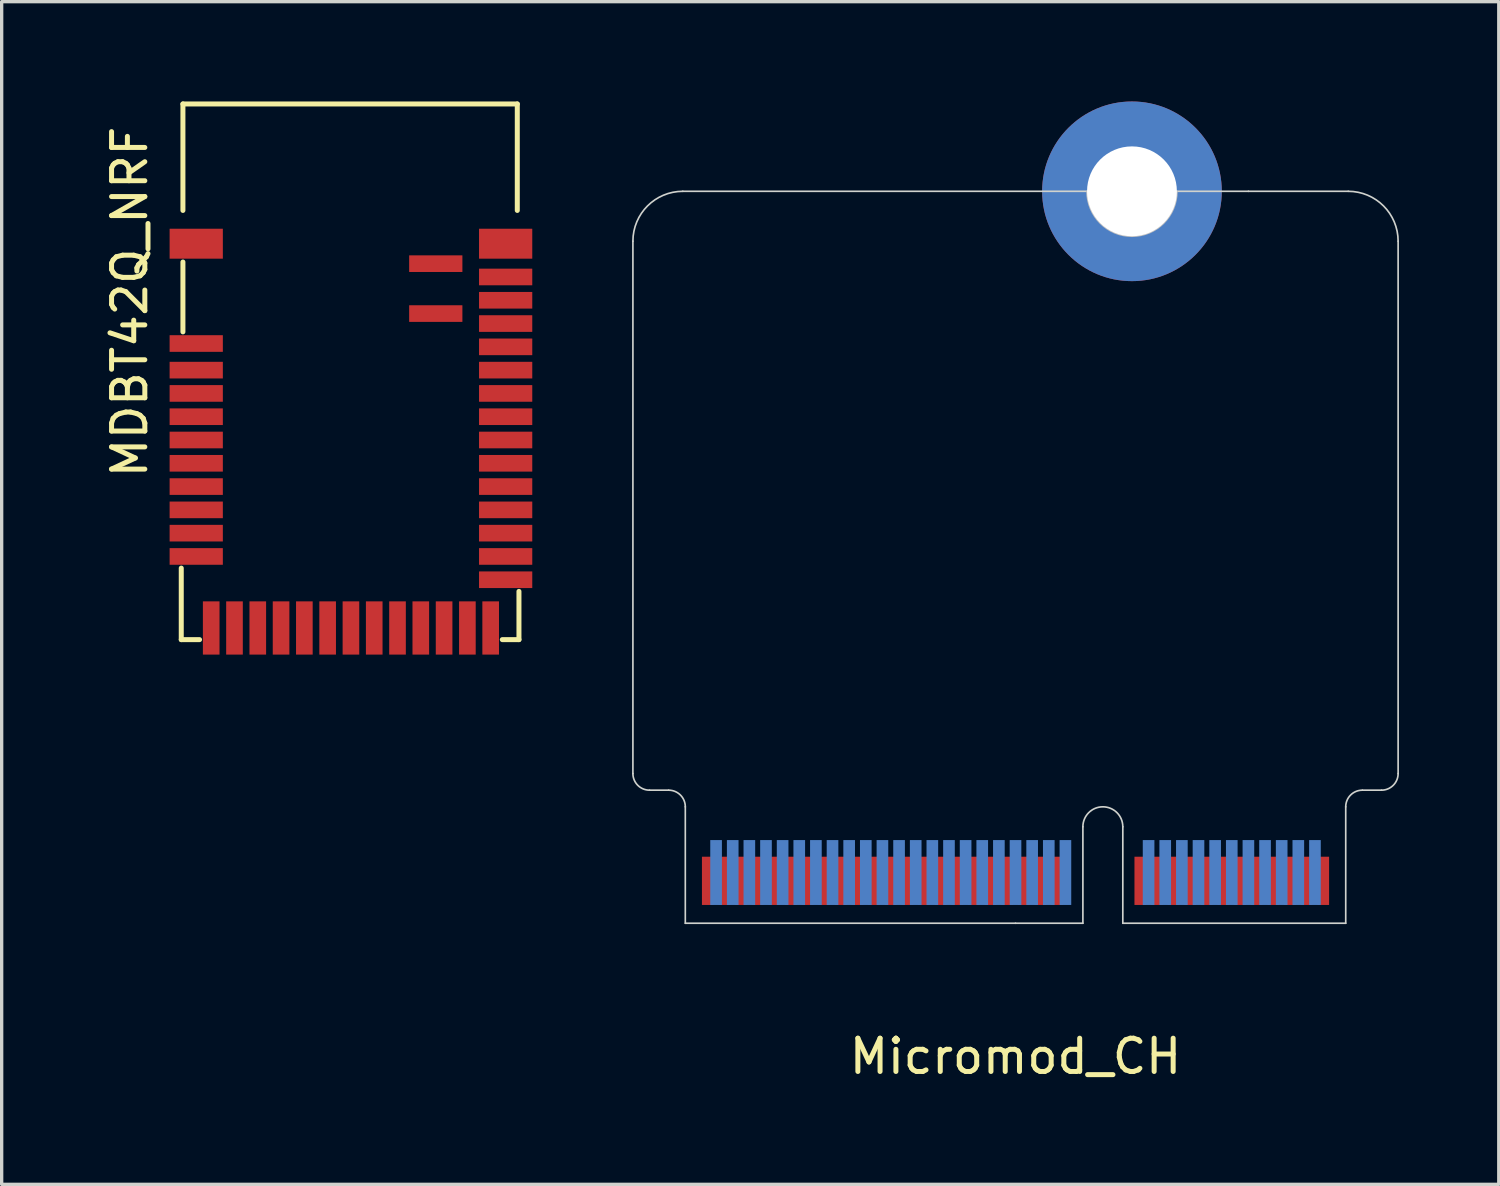
<source format=kicad_pcb>
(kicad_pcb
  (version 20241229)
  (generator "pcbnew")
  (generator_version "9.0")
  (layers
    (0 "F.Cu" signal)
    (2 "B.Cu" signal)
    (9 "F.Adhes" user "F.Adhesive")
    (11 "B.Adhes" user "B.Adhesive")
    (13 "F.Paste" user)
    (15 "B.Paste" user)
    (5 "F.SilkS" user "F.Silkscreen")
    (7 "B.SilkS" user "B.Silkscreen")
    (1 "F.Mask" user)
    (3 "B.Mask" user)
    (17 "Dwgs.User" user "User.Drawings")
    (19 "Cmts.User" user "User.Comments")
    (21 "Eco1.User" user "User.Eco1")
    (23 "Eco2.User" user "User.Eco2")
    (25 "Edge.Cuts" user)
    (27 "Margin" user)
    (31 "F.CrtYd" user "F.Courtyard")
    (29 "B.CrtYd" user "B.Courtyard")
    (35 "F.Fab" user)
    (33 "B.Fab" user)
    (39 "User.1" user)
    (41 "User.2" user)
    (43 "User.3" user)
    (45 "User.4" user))
  (footprint "Micromod_CH"
    (layer "F.Cu")
    (at 27.473 24.7)
    (property "Reference" "Micromod_CH" (at 0 4 0) (layer "F.SilkS") (effects (font (size 1 1) (thickness 0.15))))
    (attr through_hole)
    (fp_poly (pts (xy -9.925 0) (xy 2.025 0) (xy 2.025 -2) (xy -9.925 -2)) (stroke (width 0.1) (type solid)) (fill yes) (layer "F.Mask"))
    (fp_poly (pts (xy 3.225 0) (xy 9.925 0) (xy 9.925 -2) (xy 3.225 -2)) (stroke (width 0.1) (type solid)) (fill yes) (layer "F.Mask"))
    (fp_poly (pts (xy -9.925 0) (xy 2.025 0) (xy 2.025 -2.5) (xy -9.925 -2.5)) (stroke (width 0.1) (type solid)) (fill yes) (layer "B.Mask"))
    (fp_poly (pts (xy 3.225 0) (xy 9.925 0) (xy 9.925 -2.5) (xy 3.225 -2.5)) (stroke (width 0.1) (type solid)) (fill yes) (layer "B.Mask"))
    (fp_arc (start 4.85 -22) (mid 3.5 -20.65) (end 2.15 -22) (stroke (width 0.05) (type solid)) (layer "Dwgs.User"))
    (fp_line (start -11.5 -4.5) (end -11.5 -20.5) (stroke (width 0.05) (type solid)) (layer "Edge.Cuts"))
    (fp_line (start -11 -4) (end -10.425 -4) (stroke (width 0.05) (type solid)) (layer "Edge.Cuts"))
    (fp_line (start -10 -22) (end 7 -22) (stroke (width 0.05) (type solid)) (layer "Edge.Cuts"))
    (fp_line (start -9.925 -3.5) (end -9.925 0) (stroke (width 0.05) (type solid)) (layer "Edge.Cuts"))
    (fp_line (start -9.925 0) (end 0 0) (stroke (width 0.05) (type solid)) (layer "Edge.Cuts"))
    (fp_line (start 0 0) (end 2.025 0) (stroke (width 0.05) (type solid)) (layer "Edge.Cuts"))
    (fp_line (start 2.025 0) (end 2.025 -2.9) (stroke (width 0.05) (type solid)) (layer "Edge.Cuts"))
    (fp_line (start 3.225 -2.9) (end 3.225 0) (stroke (width 0.05) (type solid)) (layer "Edge.Cuts"))
    (fp_line (start 3.225 0) (end 9.925 0) (stroke (width 0.05) (type solid)) (layer "Edge.Cuts"))
    (fp_line (start 9.925 0) (end 9.925 -3.5) (stroke (width 0.05) (type solid)) (layer "Edge.Cuts"))
    (fp_line (start 10 -22) (end 7 -22) (stroke (width 0.05) (type solid)) (layer "Edge.Cuts"))
    (fp_line (start 10.425 -4) (end 11 -4) (stroke (width 0.05) (type solid)) (layer "Edge.Cuts"))
    (fp_line (start 11.5 -20.5) (end 11.5 -4.5) (stroke (width 0.05) (type solid)) (layer "Edge.Cuts"))
    (fp_arc (start -11.5 -20.5) (mid -11.06066 -21.56066) (end -10 -22) (stroke (width 0.05) (type solid)) (layer "Edge.Cuts"))
    (fp_arc (start -11 -4) (mid -11.353553 -4.146447) (end -11.5 -4.5) (stroke (width 0.05) (type solid)) (layer "Edge.Cuts"))
    (fp_arc (start -10.425 -4) (mid -10.071447 -3.853553) (end -9.925 -3.5) (stroke (width 0.05) (type solid)) (layer "Edge.Cuts"))
    (fp_arc (start 2.025 -2.9) (mid 2.625 -3.5) (end 3.225 -2.9) (stroke (width 0.05) (type solid)) (layer "Edge.Cuts"))
    (fp_arc (start 9.925 -3.5) (mid 10.071447 -3.853553) (end 10.425 -4) (stroke (width 0.05) (type solid)) (layer "Edge.Cuts"))
    (fp_arc (start 10 -22) (mid 11.06066 -21.56066) (end 11.5 -20.5) (stroke (width 0.05) (type solid)) (layer "Edge.Cuts"))
    (fp_arc (start 11.5 -4.5) (mid 11.353553 -4.146447) (end 11 -4) (stroke (width 0.05) (type solid)) (layer "Edge.Cuts"))
    (pad "1" thru_hole circle (at 3.5 -22) (size 5.4 5.4) (drill 2.7) (layers "*.Cu" "*.Mask"))
    (pad "1" smd rect (at 9.25 -1.275) (size 0.35 1.45) (layers "F.Cu"))
    (pad "2" smd rect (at 9 -1.525) (size 0.35 1.95) (layers "B.Cu"))
    (pad "3" smd rect (at 8.75 -1.275) (size 0.35 1.45) (layers "F.Cu"))
    (pad "4" smd rect (at 8.5 -1.525) (size 0.35 1.95) (layers "B.Cu"))
    (pad "5" smd rect (at 8.25 -1.275) (size 0.35 1.45) (layers "F.Cu"))
    (pad "6" smd rect (at 8 -1.525) (size 0.35 1.95) (layers "B.Cu"))
    (pad "7" smd rect (at 7.75 -1.275) (size 0.35 1.45) (layers "F.Cu"))
    (pad "8" smd rect (at 7.5 -1.525) (size 0.35 1.95) (layers "B.Cu"))
    (pad "9" smd rect (at 7.25 -1.275) (size 0.35 1.45) (layers "F.Cu"))
    (pad "10" smd rect (at 7 -1.525) (size 0.35 1.95) (layers "B.Cu"))
    (pad "11" smd rect (at 6.75 -1.275) (size 0.35 1.45) (layers "F.Cu"))
    (pad "12" smd rect (at 6.5 -1.525) (size 0.35 1.95) (layers "B.Cu"))
    (pad "13" smd rect (at 6.25 -1.275) (size 0.35 1.45) (layers "F.Cu"))
    (pad "14" smd rect (at 6 -1.525) (size 0.35 1.95) (layers "B.Cu"))
    (pad "15" smd rect (at 5.75 -1.275) (size 0.35 1.45) (layers "F.Cu"))
    (pad "16" smd rect (at 5.5 -1.525) (size 0.35 1.95) (layers "B.Cu"))
    (pad "17" smd rect (at 5.25 -1.275) (size 0.35 1.45) (layers "F.Cu"))
    (pad "18" smd rect (at 5 -1.525) (size 0.35 1.95) (layers "B.Cu"))
    (pad "19" smd rect (at 4.75 -1.275) (size 0.35 1.45) (layers "F.Cu"))
    (pad "20" smd rect (at 4.5 -1.525) (size 0.35 1.95) (layers "B.Cu"))
    (pad "21" smd rect (at 4.25 -1.275) (size 0.35 1.45) (layers "F.Cu"))
    (pad "22" smd rect (at 4 -1.525) (size 0.35 1.95) (layers "B.Cu"))
    (pad "23" smd rect (at 3.75 -1.275) (size 0.35 1.45) (layers "F.Cu"))
    (pad "32" smd rect (at 1.5 -1.525) (size 0.35 1.95) (layers "B.Cu"))
    (pad "33" smd rect (at 1.25 -1.275) (size 0.35 1.45) (layers "F.Cu"))
    (pad "34" smd rect (at 1 -1.525) (size 0.35 1.95) (layers "B.Cu"))
    (pad "35" smd rect (at 0.75 -1.275) (size 0.35 1.45) (layers "F.Cu"))
    (pad "36" smd rect (at 0.5 -1.525) (size 0.35 1.95) (layers "B.Cu"))
    (pad "37" smd rect (at 0.25 -1.275) (size 0.35 1.45) (layers "F.Cu"))
    (pad "38" smd rect (at 0 -1.525) (size 0.35 1.95) (layers "B.Cu"))
    (pad "39" smd rect (at -0.25 -1.275) (size 0.35 1.45) (layers "F.Cu"))
    (pad "40" smd rect (at -0.5 -1.525) (size 0.35 1.95) (layers "B.Cu"))
    (pad "41" smd rect (at -0.75 -1.275) (size 0.35 1.45) (layers "F.Cu"))
    (pad "42" smd rect (at -1 -1.525) (size 0.35 1.95) (layers "B.Cu"))
    (pad "43" smd rect (at -1.25 -1.275) (size 0.35 1.45) (layers "F.Cu"))
    (pad "44" smd rect (at -1.5 -1.525) (size 0.35 1.95) (layers "B.Cu"))
    (pad "45" smd rect (at -1.75 -1.275) (size 0.35 1.45) (layers "F.Cu"))
    (pad "46" smd rect (at -2 -1.525) (size 0.35 1.95) (layers "B.Cu"))
    (pad "47" smd rect (at -2.25 -1.275) (size 0.35 1.45) (layers "F.Cu"))
    (pad "48" smd rect (at -2.5 -1.525) (size 0.35 1.95) (layers "B.Cu"))
    (pad "49" smd rect (at -2.75 -1.275) (size 0.35 1.45) (layers "F.Cu"))
    (pad "50" smd rect (at -3 -1.525) (size 0.35 1.95) (layers "B.Cu"))
    (pad "51" smd rect (at -3.25 -1.275) (size 0.35 1.45) (layers "F.Cu"))
    (pad "52" smd rect (at -3.5 -1.525) (size 0.35 1.95) (layers "B.Cu"))
    (pad "53" smd rect (at -3.75 -1.275) (size 0.35 1.45) (layers "F.Cu"))
    (pad "54" smd rect (at -4 -1.525) (size 0.35 1.95) (layers "B.Cu"))
    (pad "55" smd rect (at -4.25 -1.275) (size 0.35 1.45) (layers "F.Cu"))
    (pad "56" smd rect (at -4.5 -1.525) (size 0.35 1.95) (layers "B.Cu"))
    (pad "57" smd rect (at -4.75 -1.275) (size 0.35 1.45) (layers "F.Cu"))
    (pad "58" smd rect (at -5 -1.525) (size 0.35 1.95) (layers "B.Cu"))
    (pad "59" smd rect (at -5.25 -1.275) (size 0.35 1.45) (layers "F.Cu"))
    (pad "60" smd rect (at -5.5 -1.525) (size 0.35 1.95) (layers "B.Cu"))
    (pad "61" smd rect (at -5.75 -1.275) (size 0.35 1.45) (layers "F.Cu"))
    (pad "62" smd rect (at -6 -1.525) (size 0.35 1.95) (layers "B.Cu"))
    (pad "63" smd rect (at -6.25 -1.275) (size 0.35 1.45) (layers "F.Cu"))
    (pad "64" smd rect (at -6.5 -1.525) (size 0.35 1.95) (layers "B.Cu"))
    (pad "65" smd rect (at -6.75 -1.275) (size 0.35 1.45) (layers "F.Cu"))
    (pad "66" smd rect (at -7 -1.525) (size 0.35 1.95) (layers "B.Cu"))
    (pad "67" smd rect (at -7.25 -1.275) (size 0.35 1.45) (layers "F.Cu"))
    (pad "68" smd rect (at -7.5 -1.525) (size 0.35 1.95) (layers "B.Cu"))
    (pad "69" smd rect (at -7.75 -1.275) (size 0.35 1.45) (layers "F.Cu"))
    (pad "70" smd rect (at -8 -1.525) (size 0.35 1.95) (layers "B.Cu"))
    (pad "71" smd rect (at -8.25 -1.275) (size 0.35 1.45) (layers "F.Cu"))
    (pad "72" smd rect (at -8.5 -1.525) (size 0.35 1.95) (layers "B.Cu"))
    (pad "73" smd rect (at -8.75 -1.275) (size 0.35 1.45) (layers "F.Cu"))
    (pad "74" smd rect (at -9 -1.525) (size 0.35 1.95) (layers "B.Cu"))
    (pad "75" smd rect (at -9.25 -1.275) (size 0.35 1.45) (layers "F.Cu")))
  (footprint "MDBT42Q_NRF"
    (layer "F.Cu")
    (at 2.848 4.275)
    (property "Reference" "MDBT42Q_NRF" (at -2 1.75 90) (layer "F.SilkS") (effects (font (size 1 1) (thickness 0.15))))
    (attr through_hole)
    (fp_line (start -0.45 11.9) (end -0.45 9.75) (stroke (width 0.15) (type solid)) (layer "F.SilkS"))
    (fp_line (start -0.4 -4.2) (end 9.65 -4.2) (stroke (width 0.15) (type solid)) (layer "F.SilkS"))
    (fp_line (start -0.4 -1) (end -0.4 -4.2) (stroke (width 0.15) (type solid)) (layer "F.SilkS"))
    (fp_line (start -0.4 0.55) (end -0.4 2.65) (stroke (width 0.15) (type solid)) (layer "F.SilkS"))
    (fp_line (start 0.1 11.9) (end -0.45 11.9) (stroke (width 0.15) (type solid)) (layer "F.SilkS"))
    (fp_line (start 9.2 11.9) (end 9.7 11.9) (stroke (width 0.15) (type solid)) (layer "F.SilkS"))
    (fp_line (start 9.65 -1) (end 9.65 -4.2) (stroke (width 0.15) (type solid)) (layer "F.SilkS"))
    (fp_line (start 9.7 11.9) (end 9.7 10.45) (stroke (width 0.15) (type solid)) (layer "F.SilkS"))
    (pad "1" smd rect (at 0 0) (size 1.6 0.9) (layers "F.Cu" "F.Mask" "F.Paste"))
    (pad "2" smd rect (at 0 3) (size 1.6 0.5) (layers "F.Cu" "F.Mask" "F.Paste"))
    (pad "3" smd rect (at 0 3.8) (size 1.6 0.5) (layers "F.Cu" "F.Mask" "F.Paste"))
    (pad "4" smd rect (at 0 4.5) (size 1.6 0.5) (layers "F.Cu" "F.Mask" "F.Paste"))
    (pad "5" smd rect (at 0 5.2) (size 1.6 0.5) (layers "F.Cu" "F.Mask" "F.Paste"))
    (pad "6" smd rect (at 0 5.9) (size 1.6 0.5) (layers "F.Cu" "F.Mask" "F.Paste"))
    (pad "7" smd rect (at 0 6.6) (size 1.6 0.5) (layers "F.Cu" "F.Mask" "F.Paste"))
    (pad "8" smd rect (at 0 7.3) (size 1.6 0.5) (layers "F.Cu" "F.Mask" "F.Paste"))
    (pad "9" smd rect (at 0 8) (size 1.6 0.5) (layers "F.Cu" "F.Mask" "F.Paste"))
    (pad "10" smd rect (at 0 8.7) (size 1.6 0.5) (layers "F.Cu" "F.Mask" "F.Paste"))
    (pad "11" smd rect (at 0 9.4) (size 1.6 0.5) (layers "F.Cu" "F.Mask" "F.Paste"))
    (pad "12" smd rect (at 0.45 11.55 90) (size 1.6 0.5) (layers "F.Cu" "F.Mask" "F.Paste"))
    (pad "13" smd rect (at 1.15 11.55 90) (size 1.6 0.5) (layers "F.Cu" "F.Mask" "F.Paste"))
    (pad "14" smd rect (at 1.85 11.55 90) (size 1.6 0.5) (layers "F.Cu" "F.Mask" "F.Paste"))
    (pad "15" smd rect (at 2.55 11.55 90) (size 1.6 0.5) (layers "F.Cu" "F.Mask" "F.Paste"))
    (pad "16" smd rect (at 3.25 11.55 90) (size 1.6 0.5) (layers "F.Cu" "F.Mask" "F.Paste"))
    (pad "17" smd rect (at 3.95 11.55 90) (size 1.6 0.5) (layers "F.Cu" "F.Mask" "F.Paste"))
    (pad "18" smd rect (at 4.65 11.55 90) (size 1.6 0.5) (layers "F.Cu" "F.Mask" "F.Paste"))
    (pad "19" smd rect (at 5.35 11.55 90) (size 1.6 0.5) (layers "F.Cu" "F.Mask" "F.Paste"))
    (pad "20" smd rect (at 6.05 11.55 90) (size 1.6 0.5) (layers "F.Cu" "F.Mask" "F.Paste"))
    (pad "21" smd rect (at 6.75 11.55 90) (size 1.6 0.5) (layers "F.Cu" "F.Mask" "F.Paste"))
    (pad "22" smd rect (at 7.45 11.55 90) (size 1.6 0.5) (layers "F.Cu" "F.Mask" "F.Paste"))
    (pad "23" smd rect (at 8.15 11.55 270) (size 1.6 0.5) (layers "F.Cu" "F.Mask" "F.Paste"))
    (pad "24" smd rect (at 8.85 11.55 90) (size 1.6 0.5) (layers "F.Cu" "F.Mask" "F.Paste"))
    (pad "25" smd rect (at 9.3 10.1 180) (size 1.6 0.5) (layers "F.Cu" "F.Mask" "F.Paste"))
    (pad "26" smd rect (at 9.3 9.4 180) (size 1.6 0.5) (layers "F.Cu" "F.Mask" "F.Paste"))
    (pad "27" smd rect (at 9.3 8.7 180) (size 1.6 0.5) (layers "F.Cu" "F.Mask" "F.Paste"))
    (pad "28" smd rect (at 9.3 8 180) (size 1.6 0.5) (layers "F.Cu" "F.Mask" "F.Paste"))
    (pad "29" smd rect (at 9.3 7.3 180) (size 1.6 0.5) (layers "F.Cu" "F.Mask" "F.Paste"))
    (pad "30" smd rect (at 9.3 6.6 180) (size 1.6 0.5) (layers "F.Cu" "F.Mask" "F.Paste"))
    (pad "31" smd rect (at 9.3 5.9 180) (size 1.6 0.5) (layers "F.Cu" "F.Mask" "F.Paste"))
    (pad "32" smd rect (at 9.3 5.2 180) (size 1.6 0.5) (layers "F.Cu" "F.Mask" "F.Paste"))
    (pad "33" smd rect (at 9.3 4.5 180) (size 1.6 0.5) (layers "F.Cu" "F.Mask" "F.Paste"))
    (pad "34" smd rect (at 9.3 3.8 180) (size 1.6 0.5) (layers "F.Cu" "F.Mask" "F.Paste"))
    (pad "35" smd rect (at 9.3 3.1 180) (size 1.6 0.5) (layers "F.Cu" "F.Mask" "F.Paste"))
    (pad "36" smd rect (at 9.3 2.4 180) (size 1.6 0.5) (layers "F.Cu" "F.Mask" "F.Paste"))
    (pad "37" smd rect (at 9.3 1.7 180) (size 1.6 0.5) (layers "F.Cu" "F.Mask" "F.Paste"))
    (pad "38" smd rect (at 9.3 1 180) (size 1.6 0.5) (layers "F.Cu" "F.Mask" "F.Paste"))
    (pad "39" smd rect (at 9.3 0 180) (size 1.6 0.9) (layers "F.Cu" "F.Mask" "F.Paste"))
    (pad "40" smd rect (at 7.2 0.6 180) (size 1.6 0.5) (layers "F.Cu" "F.Mask" "F.Paste"))
    (pad "41" smd rect (at 7.2 2.1 180) (size 1.6 0.5) (layers "F.Cu" "F.Mask" "F.Paste")))
  (gr_rect
    (start -3 -3)
    (end 41.998 32.548)
    (stroke (width 0.1) (type default))
    (fill no)
    (layer "Edge.Cuts")))
</source>
